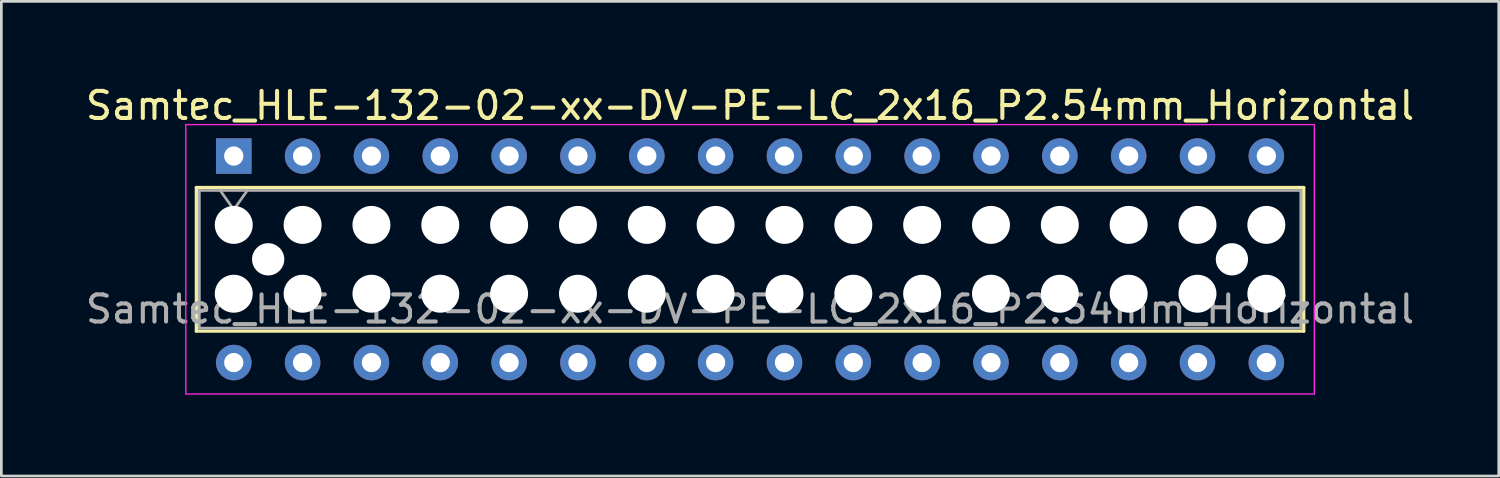
<source format=kicad_pcb>
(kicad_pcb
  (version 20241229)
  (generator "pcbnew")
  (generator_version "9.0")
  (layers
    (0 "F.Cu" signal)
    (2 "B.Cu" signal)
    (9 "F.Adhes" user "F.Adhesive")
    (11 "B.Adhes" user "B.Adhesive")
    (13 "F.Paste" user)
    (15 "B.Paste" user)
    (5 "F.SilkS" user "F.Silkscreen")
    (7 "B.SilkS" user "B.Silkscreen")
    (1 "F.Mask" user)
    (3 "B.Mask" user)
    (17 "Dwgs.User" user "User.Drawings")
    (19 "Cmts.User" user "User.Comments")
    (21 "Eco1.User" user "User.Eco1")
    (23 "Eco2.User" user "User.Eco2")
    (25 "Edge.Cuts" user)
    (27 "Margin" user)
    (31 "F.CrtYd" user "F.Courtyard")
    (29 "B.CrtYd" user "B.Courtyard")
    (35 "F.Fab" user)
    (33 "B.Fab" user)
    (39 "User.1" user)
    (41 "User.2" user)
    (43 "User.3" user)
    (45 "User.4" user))
  (footprint "Samtec_HLE-132-02-xx-DV-PE-LC_2x16_P2.54mm_Horizontal"
    (layer "F.Cu")
    (at 5.575 2.708)
    (property "Reference" "Samtec_HLE-132-02-xx-DV-PE-LC_2x16_P2.54mm_Horizontal" (at 19.05 -1.86 0) (layer "F.SilkS") (effects (font (size 1 1) (thickness 0.15))))
    (attr through_hole)
    (fp_line (start -1.38 1.16) (end 39.48 1.16) (stroke (width 0.12) (type solid)) (layer "F.SilkS"))
    (fp_line (start -1.38 6.46) (end -1.38 1.16) (stroke (width 0.12) (type solid)) (layer "F.SilkS"))
    (fp_line (start 39.48 1.16) (end 39.48 6.46) (stroke (width 0.12) (type solid)) (layer "F.SilkS"))
    (fp_line (start 39.48 6.46) (end -1.38 6.46) (stroke (width 0.12) (type solid)) (layer "F.SilkS"))
    (fp_line (start -1.77 -1.16) (end 39.87 -1.16) (stroke (width 0.05) (type solid)) (layer "F.CrtYd"))
    (fp_line (start -1.77 8.78) (end -1.77 -1.16) (stroke (width 0.05) (type solid)) (layer "F.CrtYd"))
    (fp_line (start 39.87 -1.16) (end 39.87 8.78) (stroke (width 0.05) (type solid)) (layer "F.CrtYd"))
    (fp_line (start 39.87 8.78) (end -1.77 8.78) (stroke (width 0.05) (type solid)) (layer "F.CrtYd"))
    (fp_line (start -1.27 1.27) (end 39.37 1.27) (stroke (width 0.1) (type solid)) (layer "F.Fab"))
    (fp_line (start -1.27 6.35) (end -1.27 1.27) (stroke (width 0.1) (type solid)) (layer "F.Fab"))
    (fp_line (start -0.5 1.27) (end 0 1.977) (stroke (width 0.1) (type solid)) (layer "F.Fab"))
    (fp_line (start 0 1.977) (end 0.5 1.27) (stroke (width 0.1) (type solid)) (layer "F.Fab"))
    (fp_line (start 39.37 1.27) (end 39.37 6.35) (stroke (width 0.1) (type solid)) (layer "F.Fab"))
    (fp_line (start 39.37 6.35) (end -1.27 6.35) (stroke (width 0.1) (type solid)) (layer "F.Fab"))
    (fp_text user "${REFERENCE}" (at 19.05 5.65 0) (layer "F.Fab") (effects (font (size 1 1) (thickness 0.15))))
    (pad "" np_thru_hole circle (at 0 2.54) (size 1.4 1.4) (drill 1.4) (layers "*.Cu" "*.Mask"))
    (pad "" np_thru_hole circle (at 0 5.08) (size 1.4 1.4) (drill 1.4) (layers "*.Cu" "*.Mask"))
    (pad "" np_thru_hole circle (at 1.27 3.81) (size 1.19 1.19) (drill 1.19) (layers "*.Cu" "*.Mask"))
    (pad "" np_thru_hole circle (at 2.54 2.54) (size 1.4 1.4) (drill 1.4) (layers "*.Cu" "*.Mask"))
    (pad "" np_thru_hole circle (at 2.54 5.08) (size 1.4 1.4) (drill 1.4) (layers "*.Cu" "*.Mask"))
    (pad "" np_thru_hole circle (at 5.08 2.54) (size 1.4 1.4) (drill 1.4) (layers "*.Cu" "*.Mask"))
    (pad "" np_thru_hole circle (at 5.08 5.08) (size 1.4 1.4) (drill 1.4) (layers "*.Cu" "*.Mask"))
    (pad "" np_thru_hole circle (at 7.62 2.54) (size 1.4 1.4) (drill 1.4) (layers "*.Cu" "*.Mask"))
    (pad "" np_thru_hole circle (at 7.62 5.08) (size 1.4 1.4) (drill 1.4) (layers "*.Cu" "*.Mask"))
    (pad "" np_thru_hole circle (at 10.16 2.54) (size 1.4 1.4) (drill 1.4) (layers "*.Cu" "*.Mask"))
    (pad "" np_thru_hole circle (at 10.16 5.08) (size 1.4 1.4) (drill 1.4) (layers "*.Cu" "*.Mask"))
    (pad "" np_thru_hole circle (at 12.7 2.54) (size 1.4 1.4) (drill 1.4) (layers "*.Cu" "*.Mask"))
    (pad "" np_thru_hole circle (at 12.7 5.08) (size 1.4 1.4) (drill 1.4) (layers "*.Cu" "*.Mask"))
    (pad "" np_thru_hole circle (at 15.24 2.54) (size 1.4 1.4) (drill 1.4) (layers "*.Cu" "*.Mask"))
    (pad "" np_thru_hole circle (at 15.24 5.08) (size 1.4 1.4) (drill 1.4) (layers "*.Cu" "*.Mask"))
    (pad "" np_thru_hole circle (at 17.78 2.54) (size 1.4 1.4) (drill 1.4) (layers "*.Cu" "*.Mask"))
    (pad "" np_thru_hole circle (at 17.78 5.08) (size 1.4 1.4) (drill 1.4) (layers "*.Cu" "*.Mask"))
    (pad "" np_thru_hole circle (at 20.32 2.54) (size 1.4 1.4) (drill 1.4) (layers "*.Cu" "*.Mask"))
    (pad "" np_thru_hole circle (at 20.32 5.08) (size 1.4 1.4) (drill 1.4) (layers "*.Cu" "*.Mask"))
    (pad "" np_thru_hole circle (at 22.86 2.54) (size 1.4 1.4) (drill 1.4) (layers "*.Cu" "*.Mask"))
    (pad "" np_thru_hole circle (at 22.86 5.08) (size 1.4 1.4) (drill 1.4) (layers "*.Cu" "*.Mask"))
    (pad "" np_thru_hole circle (at 25.4 2.54) (size 1.4 1.4) (drill 1.4) (layers "*.Cu" "*.Mask"))
    (pad "" np_thru_hole circle (at 25.4 5.08) (size 1.4 1.4) (drill 1.4) (layers "*.Cu" "*.Mask"))
    (pad "" np_thru_hole circle (at 27.94 2.54) (size 1.4 1.4) (drill 1.4) (layers "*.Cu" "*.Mask"))
    (pad "" np_thru_hole circle (at 27.94 5.08) (size 1.4 1.4) (drill 1.4) (layers "*.Cu" "*.Mask"))
    (pad "" np_thru_hole circle (at 30.48 2.54) (size 1.4 1.4) (drill 1.4) (layers "*.Cu" "*.Mask"))
    (pad "" np_thru_hole circle (at 30.48 5.08) (size 1.4 1.4) (drill 1.4) (layers "*.Cu" "*.Mask"))
    (pad "" np_thru_hole circle (at 33.02 2.54) (size 1.4 1.4) (drill 1.4) (layers "*.Cu" "*.Mask"))
    (pad "" np_thru_hole circle (at 33.02 5.08) (size 1.4 1.4) (drill 1.4) (layers "*.Cu" "*.Mask"))
    (pad "" np_thru_hole circle (at 35.56 2.54) (size 1.4 1.4) (drill 1.4) (layers "*.Cu" "*.Mask"))
    (pad "" np_thru_hole circle (at 35.56 5.08) (size 1.4 1.4) (drill 1.4) (layers "*.Cu" "*.Mask"))
    (pad "" np_thru_hole circle (at 36.83 3.81) (size 1.19 1.19) (drill 1.19) (layers "*.Cu" "*.Mask"))
    (pad "" np_thru_hole circle (at 38.1 2.54) (size 1.4 1.4) (drill 1.4) (layers "*.Cu" "*.Mask"))
    (pad "" np_thru_hole circle (at 38.1 5.08) (size 1.4 1.4) (drill 1.4) (layers "*.Cu" "*.Mask"))
    (pad "1" thru_hole rect (at 0 0) (size 1.31 1.31) (drill 0.71) (layers "*.Cu" "*.Mask"))
    (pad "2" thru_hole circle (at 0 7.62) (size 1.31 1.31) (drill 0.71) (layers "*.Cu" "*.Mask"))
    (pad "3" thru_hole circle (at 2.54 0) (size 1.31 1.31) (drill 0.71) (layers "*.Cu" "*.Mask"))
    (pad "4" thru_hole circle (at 2.54 7.62) (size 1.31 1.31) (drill 0.71) (layers "*.Cu" "*.Mask"))
    (pad "5" thru_hole circle (at 5.08 0) (size 1.31 1.31) (drill 0.71) (layers "*.Cu" "*.Mask"))
    (pad "6" thru_hole circle (at 5.08 7.62) (size 1.31 1.31) (drill 0.71) (layers "*.Cu" "*.Mask"))
    (pad "7" thru_hole circle (at 7.62 0) (size 1.31 1.31) (drill 0.71) (layers "*.Cu" "*.Mask"))
    (pad "8" thru_hole circle (at 7.62 7.62) (size 1.31 1.31) (drill 0.71) (layers "*.Cu" "*.Mask"))
    (pad "9" thru_hole circle (at 10.16 0) (size 1.31 1.31) (drill 0.71) (layers "*.Cu" "*.Mask"))
    (pad "10" thru_hole circle (at 10.16 7.62) (size 1.31 1.31) (drill 0.71) (layers "*.Cu" "*.Mask"))
    (pad "11" thru_hole circle (at 12.7 0) (size 1.31 1.31) (drill 0.71) (layers "*.Cu" "*.Mask"))
    (pad "12" thru_hole circle (at 12.7 7.62) (size 1.31 1.31) (drill 0.71) (layers "*.Cu" "*.Mask"))
    (pad "13" thru_hole circle (at 15.24 0) (size 1.31 1.31) (drill 0.71) (layers "*.Cu" "*.Mask"))
    (pad "14" thru_hole circle (at 15.24 7.62) (size 1.31 1.31) (drill 0.71) (layers "*.Cu" "*.Mask"))
    (pad "15" thru_hole circle (at 17.78 0) (size 1.31 1.31) (drill 0.71) (layers "*.Cu" "*.Mask"))
    (pad "16" thru_hole circle (at 17.78 7.62) (size 1.31 1.31) (drill 0.71) (layers "*.Cu" "*.Mask"))
    (pad "17" thru_hole circle (at 20.32 0) (size 1.31 1.31) (drill 0.71) (layers "*.Cu" "*.Mask"))
    (pad "18" thru_hole circle (at 20.32 7.62) (size 1.31 1.31) (drill 0.71) (layers "*.Cu" "*.Mask"))
    (pad "19" thru_hole circle (at 22.86 0) (size 1.31 1.31) (drill 0.71) (layers "*.Cu" "*.Mask"))
    (pad "20" thru_hole circle (at 22.86 7.62) (size 1.31 1.31) (drill 0.71) (layers "*.Cu" "*.Mask"))
    (pad "21" thru_hole circle (at 25.4 0) (size 1.31 1.31) (drill 0.71) (layers "*.Cu" "*.Mask"))
    (pad "22" thru_hole circle (at 25.4 7.62) (size 1.31 1.31) (drill 0.71) (layers "*.Cu" "*.Mask"))
    (pad "23" thru_hole circle (at 27.94 0) (size 1.31 1.31) (drill 0.71) (layers "*.Cu" "*.Mask"))
    (pad "24" thru_hole circle (at 27.94 7.62) (size 1.31 1.31) (drill 0.71) (layers "*.Cu" "*.Mask"))
    (pad "25" thru_hole circle (at 30.48 0) (size 1.31 1.31) (drill 0.71) (layers "*.Cu" "*.Mask"))
    (pad "26" thru_hole circle (at 30.48 7.62) (size 1.31 1.31) (drill 0.71) (layers "*.Cu" "*.Mask"))
    (pad "27" thru_hole circle (at 33.02 0) (size 1.31 1.31) (drill 0.71) (layers "*.Cu" "*.Mask"))
    (pad "28" thru_hole circle (at 33.02 7.62) (size 1.31 1.31) (drill 0.71) (layers "*.Cu" "*.Mask"))
    (pad "29" thru_hole circle (at 35.56 0) (size 1.31 1.31) (drill 0.71) (layers "*.Cu" "*.Mask"))
    (pad "30" thru_hole circle (at 35.56 7.62) (size 1.31 1.31) (drill 0.71) (layers "*.Cu" "*.Mask"))
    (pad "31" thru_hole circle (at 38.1 0) (size 1.31 1.31) (drill 0.71) (layers "*.Cu" "*.Mask"))
    (pad "32" thru_hole circle (at 38.1 7.62) (size 1.31 1.31) (drill 0.71) (layers "*.Cu" "*.Mask")))
  (gr_rect
    (start -3 -3)
    (end 52.25 14.513)
    (stroke (width 0.1) (type default))
    (fill no)
    (layer "Edge.Cuts")))
</source>
